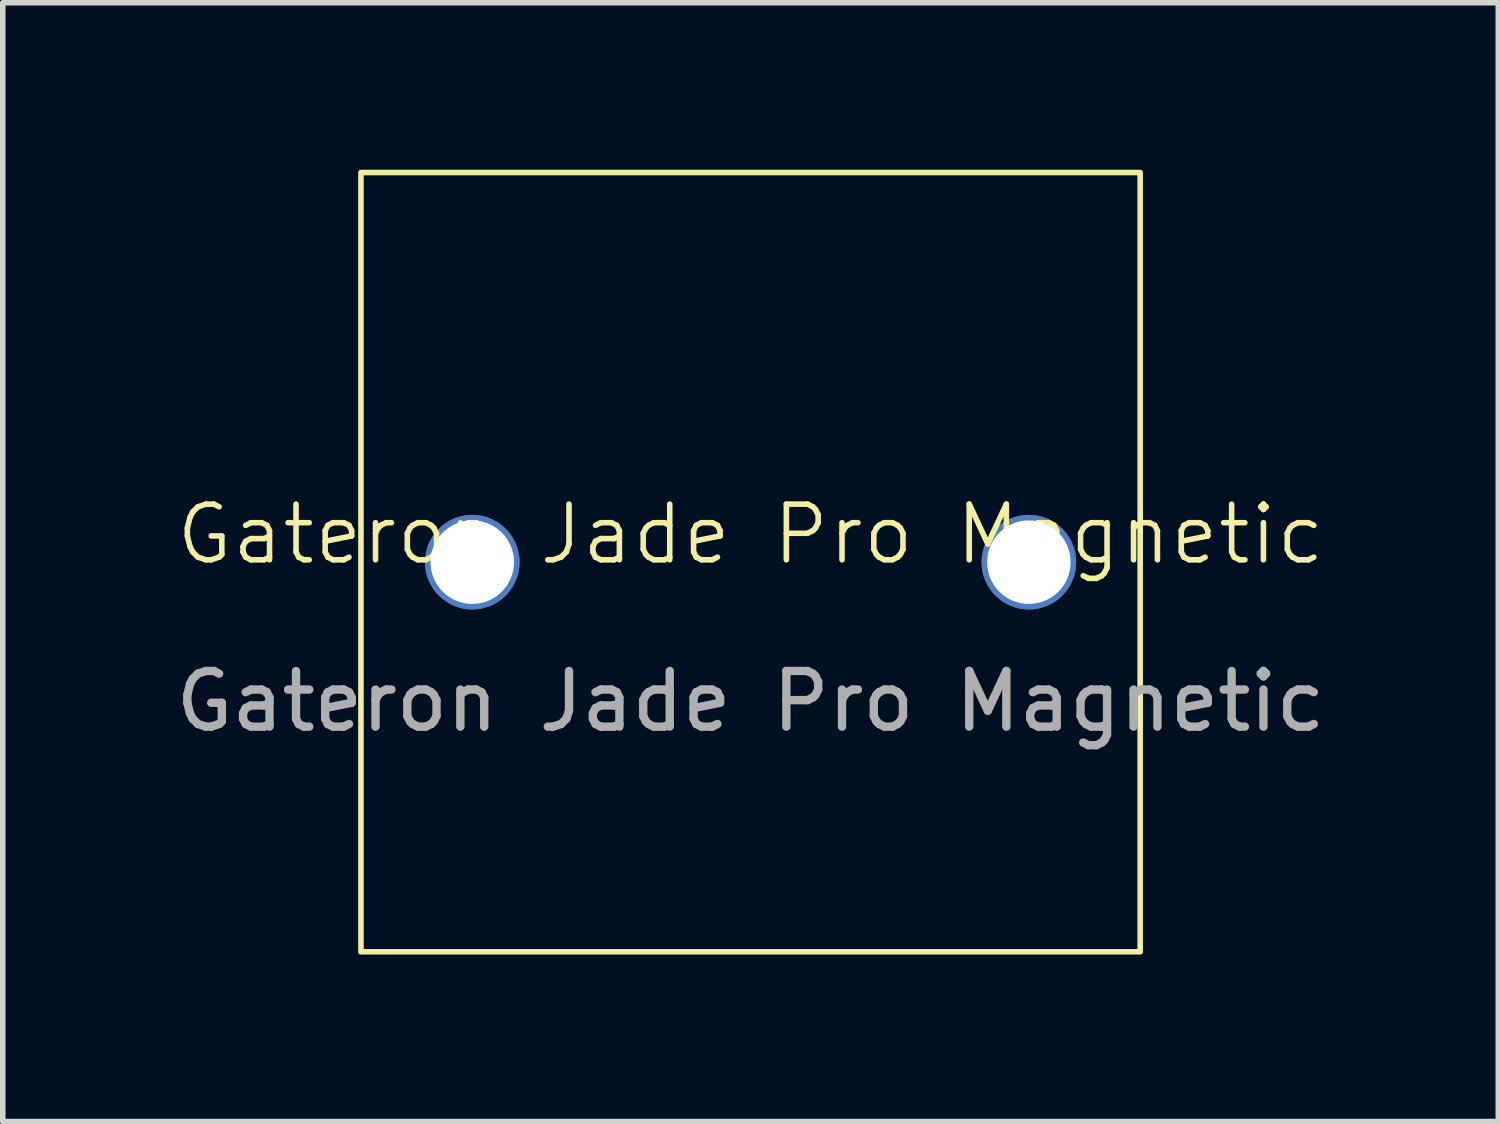
<source format=kicad_pcb>
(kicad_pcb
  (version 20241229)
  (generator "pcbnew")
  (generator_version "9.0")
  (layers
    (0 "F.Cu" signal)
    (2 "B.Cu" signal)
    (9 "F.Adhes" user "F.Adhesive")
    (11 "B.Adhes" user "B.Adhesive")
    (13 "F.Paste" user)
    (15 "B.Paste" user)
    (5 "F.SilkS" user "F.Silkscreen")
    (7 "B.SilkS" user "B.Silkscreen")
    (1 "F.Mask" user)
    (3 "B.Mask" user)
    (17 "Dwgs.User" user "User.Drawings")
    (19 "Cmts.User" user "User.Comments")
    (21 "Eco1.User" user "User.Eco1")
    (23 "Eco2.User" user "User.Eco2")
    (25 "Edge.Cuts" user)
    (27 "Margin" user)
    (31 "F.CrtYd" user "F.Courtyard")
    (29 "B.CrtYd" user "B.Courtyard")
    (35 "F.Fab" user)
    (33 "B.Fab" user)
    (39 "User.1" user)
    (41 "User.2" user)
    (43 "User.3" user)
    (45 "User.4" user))
  (footprint "Gateron Jade Pro Magnetic"
    (layer "F.Cu")
    (at 10.435 7.05)
    (property "Reference" "Gateron Jade Pro Magnetic" (at 0 -0.5 0) (unlocked yes) (layer "F.SilkS") (effects (font (size 1 1) (thickness 0.1))))
    (attr through_hole)
    (fp_rect (start -7 -7) (end 7 7) (stroke (width 0.1) (type default)) (fill no) (layer "F.SilkS"))
    (fp_text user "${REFERENCE}" (at 0 2.5 0) (unlocked yes) (layer "F.Fab") (effects (font (size 1 1) (thickness 0.15))))
    (pad "" np_thru_hole circle (at -5 0) (size 1.7 1.7) (drill 1.5) (layers "*.Cu" "*.Mask"))
    (pad "" np_thru_hole circle (at 5 0) (size 1.7 1.7) (drill 1.5) (layers "*.Cu" "*.Mask"))
    (zone (net_name "") (layers "F.Cu" "B.Cu" "Edge.Cuts") (hatch edge 0.5) (connect_pads) (min_thickness 0.25) (filled_areas_thickness no) (keepout (tracks allowed) (vias not_allowed) (pads not_allowed) (copperpour not_allowed) (footprints allowed)) (placement (enabled no)) (fill) (polygon (pts (xy 4.435 13.05) (xy 16.435 13.05) (xy 16.435 1.05) (xy 4.435 1.05)))))
  (gr_rect
    (start -3 -3)
    (end 23.869 17.1)
    (stroke (width 0.1) (type default))
    (fill no)
    (layer "Edge.Cuts")))
</source>
